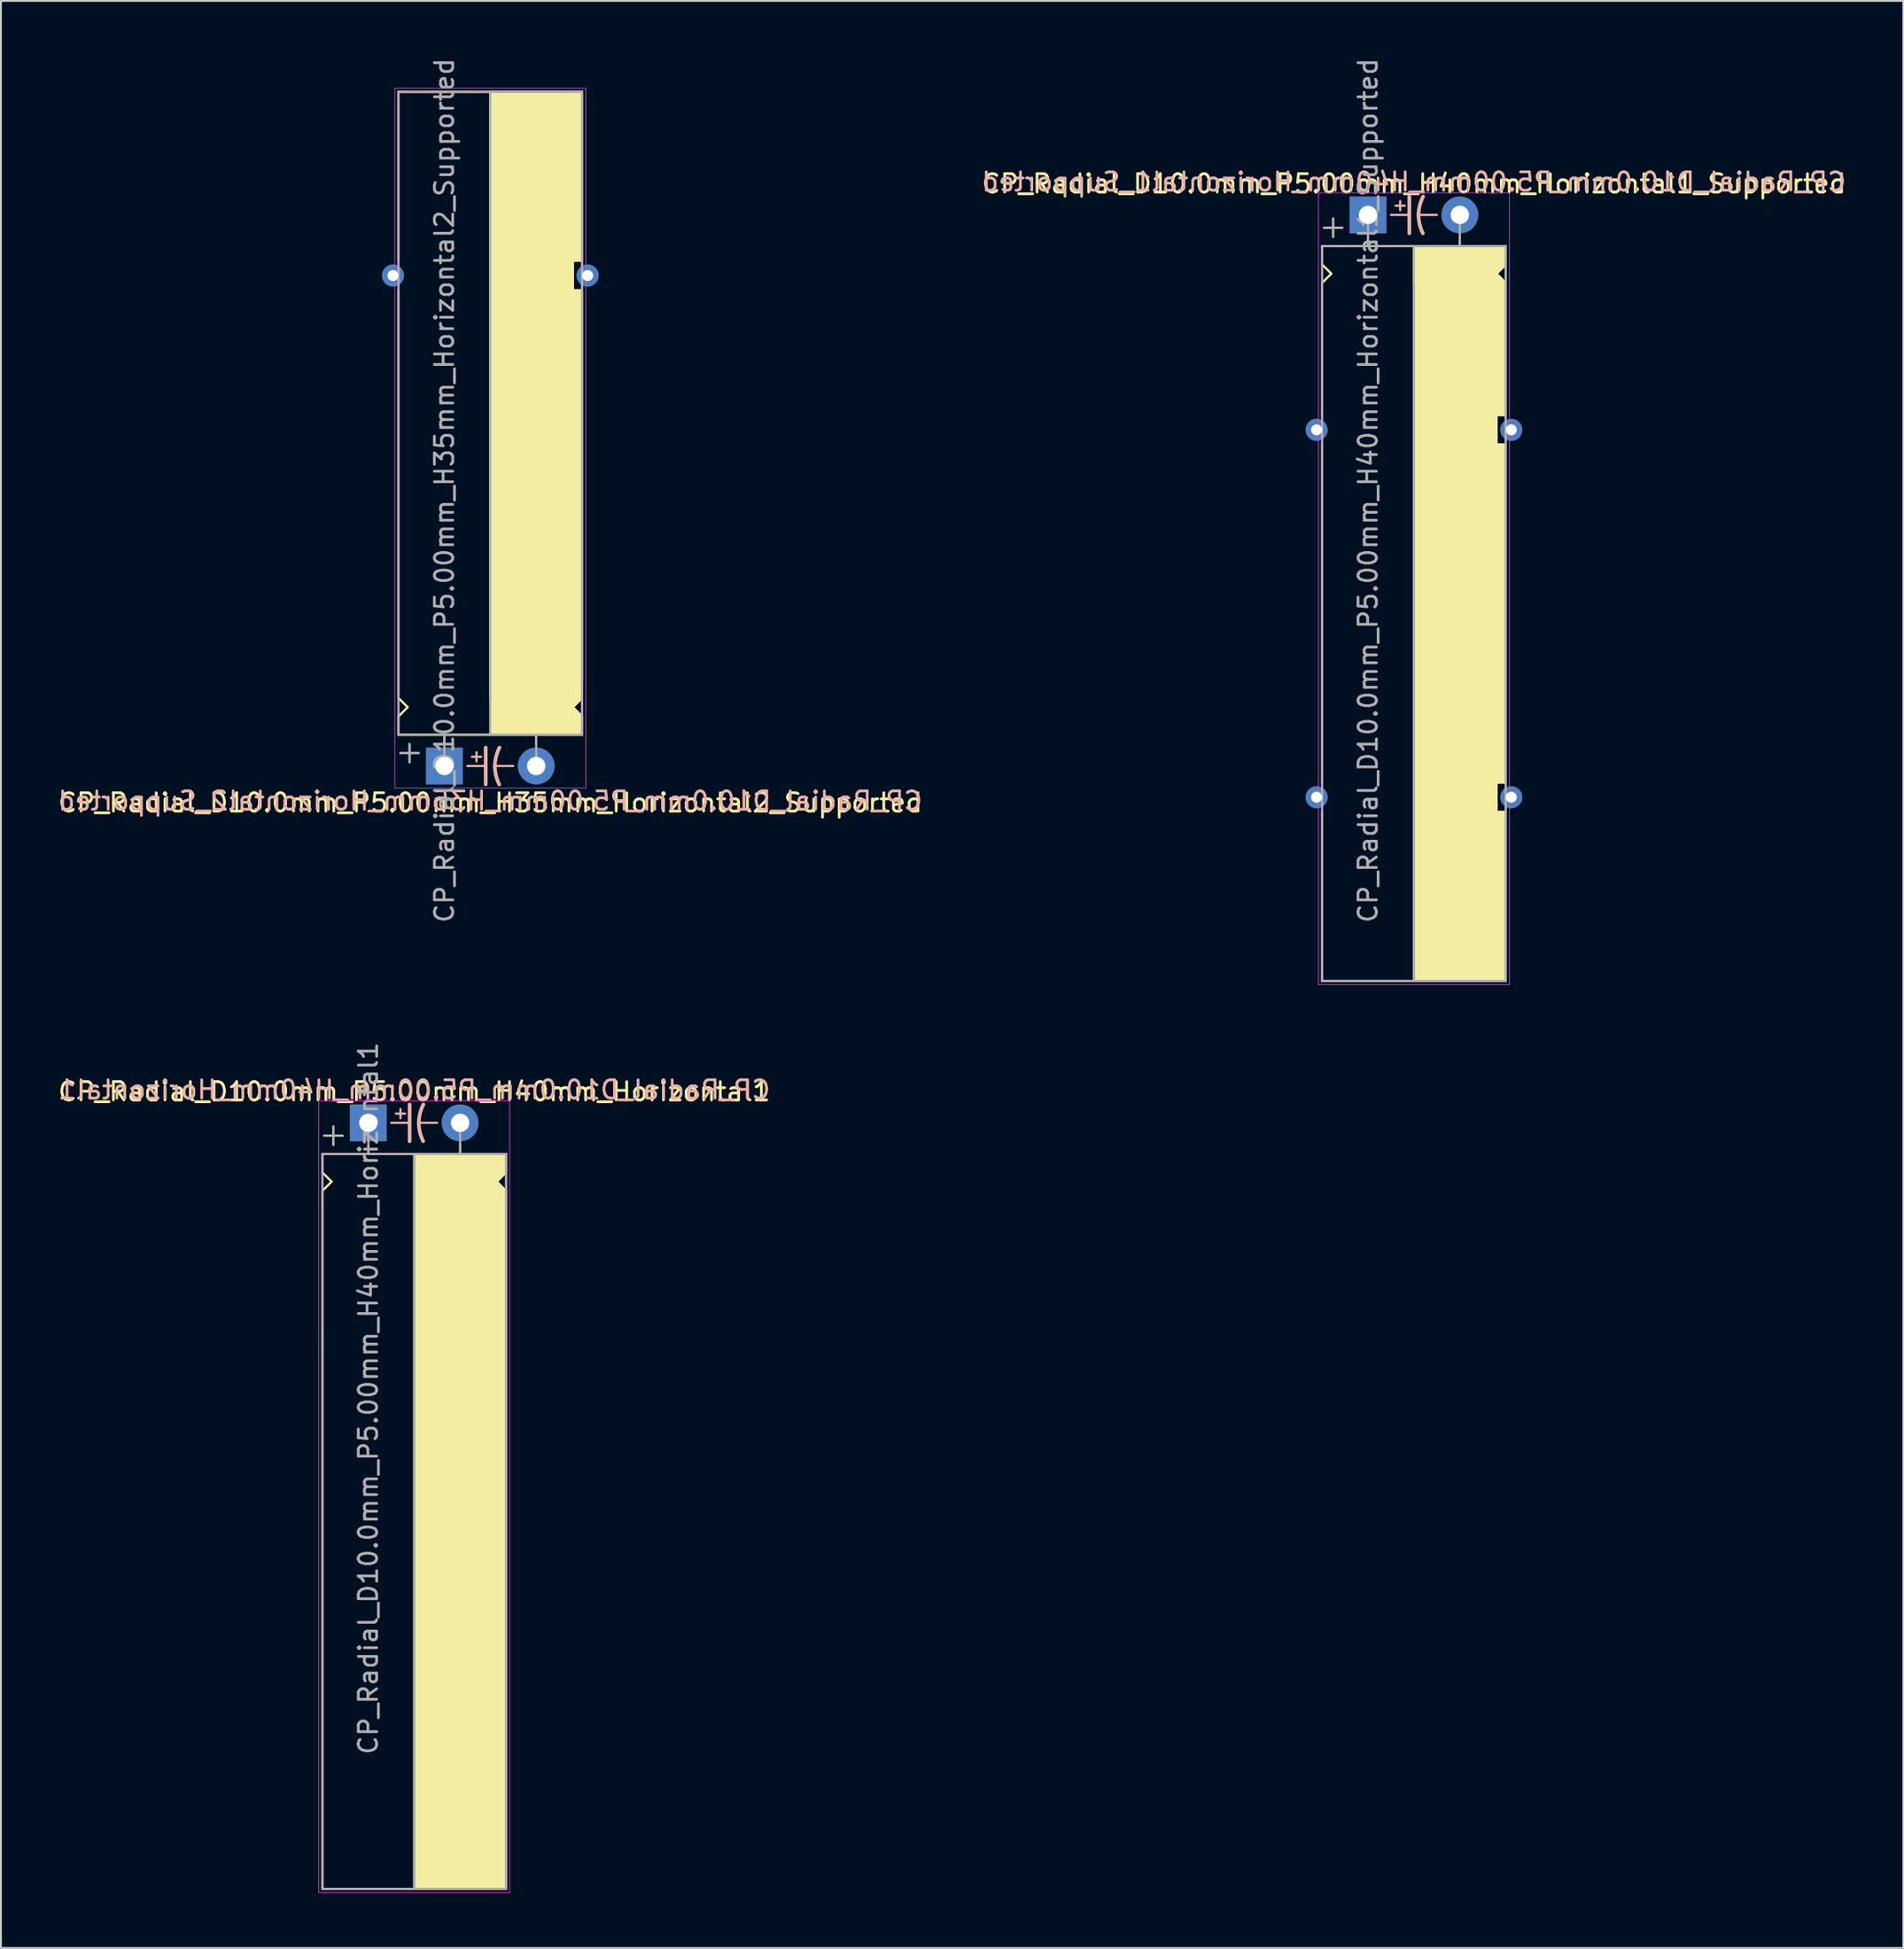
<source format=kicad_pcb>
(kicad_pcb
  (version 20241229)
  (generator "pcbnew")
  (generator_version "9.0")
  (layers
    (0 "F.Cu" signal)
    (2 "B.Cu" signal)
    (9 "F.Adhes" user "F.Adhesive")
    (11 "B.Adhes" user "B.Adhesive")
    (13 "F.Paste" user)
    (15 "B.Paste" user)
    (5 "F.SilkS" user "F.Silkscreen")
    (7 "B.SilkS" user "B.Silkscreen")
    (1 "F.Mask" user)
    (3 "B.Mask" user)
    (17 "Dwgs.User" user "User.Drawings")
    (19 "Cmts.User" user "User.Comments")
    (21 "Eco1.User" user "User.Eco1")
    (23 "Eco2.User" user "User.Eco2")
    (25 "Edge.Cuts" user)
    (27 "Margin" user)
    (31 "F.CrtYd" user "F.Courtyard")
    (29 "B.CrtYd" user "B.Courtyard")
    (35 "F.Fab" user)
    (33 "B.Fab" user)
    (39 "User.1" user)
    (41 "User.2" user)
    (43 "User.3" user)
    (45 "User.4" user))
  (footprint "CP_Radial_D10.0mm_P5.00mm_H40mm_Horizontal1"
    (layer "F.Cu")
    (at 17.006 58.075)
    (property "Reference" "CP_Radial_D10.0mm_P5.00mm_H40mm_Horizontal1" (at 2.5 -1.7 0) (layer "F.SilkS") (effects (font (size 1 1) (thickness 0.15))))
    (fp_line (start -2.5 1.7) (end -2.5 2.7) (stroke (width 0.12) (type solid)) (layer "F.SilkS"))
    (fp_line (start -2.5 2.7) (end -2 3.2) (stroke (width 0.12) (type solid)) (layer "F.SilkS"))
    (fp_line (start -2.5 3.7) (end -2.5 11.7) (stroke (width 0.12) (type solid)) (layer "F.SilkS"))
    (fp_line (start -2.5 11.7) (end -2.5 41.7) (stroke (width 0.12) (type solid)) (layer "F.SilkS"))
    (fp_line (start -2.5 41.7) (end 7.5 41.7) (stroke (width 0.12) (type solid)) (layer "F.SilkS"))
    (fp_line (start -2 3.2) (end -2.5 3.7) (stroke (width 0.12) (type solid)) (layer "F.SilkS"))
    (fp_line (start -1.9 0.2) (end -1.9 1.2) (stroke (width 0.12) (type solid)) (layer "F.SilkS"))
    (fp_line (start -1.4 0.7) (end -2.4 0.7) (stroke (width 0.12) (type solid)) (layer "F.SilkS"))
    (fp_line (start 0 1.7) (end 0 1.2) (stroke (width 0.12) (type solid)) (layer "F.SilkS"))
    (fp_line (start 2.5 1.7) (end -2.5 1.7) (stroke (width 0.12) (type solid)) (layer "F.SilkS"))
    (fp_line (start 2.5 41.7) (end 2.5 1.7) (stroke (width 0.12) (type solid)) (layer "F.SilkS"))
    (fp_line (start 5 1.7) (end 5 1.2) (stroke (width 0.12) (type solid)) (layer "F.SilkS"))
    (fp_line (start 7 3.2) (end 7.5 3.7) (stroke (width 0.12) (type solid)) (layer "F.SilkS"))
    (fp_line (start 7.5 1.7) (end 2.5 1.7) (stroke (width 0.12) (type solid)) (layer "F.SilkS"))
    (fp_line (start 7.5 1.7) (end 7.5 2.7) (stroke (width 0.12) (type solid)) (layer "F.SilkS"))
    (fp_line (start 7.5 2.7) (end 7 3.2) (stroke (width 0.12) (type solid)) (layer "F.SilkS"))
    (fp_line (start 7.5 3.7) (end 7.5 11.7) (stroke (width 0.12) (type solid)) (layer "F.SilkS"))
    (fp_line (start 7.5 11.7) (end 7.5 41.7) (stroke (width 0.12) (type solid)) (layer "F.SilkS"))
    (fp_poly (pts (xy 7.5 2.7) (xy 7 3.2) (xy 7.5 3.7) (xy 7.5 41.7) (xy 2.5 41.7) (xy 2.5 1.7) (xy 7.5 1.7)) (stroke (width 0.1) (type solid)) (fill yes) (layer "F.SilkS"))
    (fp_line (start 1.25 0) (end 2.25 0) (stroke (width 0.12) (type solid)) (layer "B.SilkS"))
    (fp_line (start 1.5 -0.5) (end 2 -0.5) (stroke (width 0.12) (type solid)) (layer "B.SilkS"))
    (fp_line (start 1.75 -0.75) (end 1.75 -0.25) (stroke (width 0.12) (type solid)) (layer "B.SilkS"))
    (fp_line (start 2.25 1) (end 2.25 -1) (stroke (width 0.2) (type solid)) (layer "B.SilkS"))
    (fp_line (start 3.75 0) (end 2.75 0) (stroke (width 0.12) (type solid)) (layer "B.SilkS"))
    (fp_arc (start 2.75 0) (mid 2.816707 -0.514573) (end 3 -1) (stroke (width 0.2) (type solid)) (layer "B.SilkS"))
    (fp_arc (start 2.987539 1) (mid 2.810248 0.513901) (end 2.75 0) (stroke (width 0.2) (type solid)) (layer "B.SilkS"))
    (fp_line (start -2.7 -1.2) (end 5.3 -1.2) (stroke (width 0.04) (type solid)) (layer "F.CrtYd"))
    (fp_line (start -2.7 41.9) (end -2.7 -1.2) (stroke (width 0.04) (type solid)) (layer "F.CrtYd"))
    (fp_line (start 5.3 -1.2) (end 7.7 -1.2) (stroke (width 0.04) (type solid)) (layer "F.CrtYd"))
    (fp_line (start 7.7 -1.2) (end 7.7 41.9) (stroke (width 0.04) (type solid)) (layer "F.CrtYd"))
    (fp_line (start 7.7 41.9) (end -2.7 41.9) (stroke (width 0.04) (type solid)) (layer "F.CrtYd"))
    (fp_line (start -2.5 1.7) (end -2.5 41.7) (stroke (width 0.12) (type solid)) (layer "F.Fab"))
    (fp_line (start -2.5 41.7) (end 7.5 41.7) (stroke (width 0.12) (type solid)) (layer "F.Fab"))
    (fp_line (start -2.4 0.7) (end -1.4 0.7) (stroke (width 0.1) (type solid)) (layer "F.Fab"))
    (fp_line (start -1.9 1.2) (end -1.9 0.2) (stroke (width 0.1) (type solid)) (layer "F.Fab"))
    (fp_line (start 0 1.7) (end 0 0) (stroke (width 0.12) (type solid)) (layer "F.Fab"))
    (fp_line (start 2.5 1.7) (end 2.5 41.7) (stroke (width 0.12) (type solid)) (layer "F.Fab"))
    (fp_line (start 5 1.7) (end 5 0) (stroke (width 0.12) (type solid)) (layer "F.Fab"))
    (fp_line (start 7.5 1.7) (end -2.5 1.7) (stroke (width 0.12) (type solid)) (layer "F.Fab"))
    (fp_line (start 7.5 41.7) (end 7.5 1.7) (stroke (width 0.12) (type solid)) (layer "F.Fab"))
    (fp_poly (pts (xy 7.5 41.7) (xy 2.5 41.7) (xy 2.5 1.7) (xy 7.5 1.7)) (stroke (width 0.1) (type solid)) (fill no) (layer "F.Fab"))
    (fp_text user "${REFERENCE}" (at 2.5 -1.8 0) (layer "B.SilkS") (effects (font (size 1 1) (thickness 0.15)) (justify mirror)))
    (fp_text user "${REFERENCE}" (at 0 15 90) (layer "F.Fab") (effects (font (size 1 1) (thickness 0.15))))
    (pad "1" thru_hole rect (at 0 0) (size 2 2) (drill 1) (layers "*.Cu" "*.Mask"))
    (pad "2" thru_hole circle (at 5 0) (size 2 2) (drill 1) (layers "*.Cu" "*.Mask")))
  (footprint "CP_Radial_D10.0mm_P5.00mm_H40mm_Horizontal1_Supported"
    (layer "F.Cu")
    (at 71.446 8.649)
    (property "Reference" "CP_Radial_D10.0mm_P5.00mm_H40mm_Horizontal1_Supported" (at 2.5 -1.7 0) (layer "F.SilkS") (effects (font (size 1 1) (thickness 0.15))))
    (fp_line (start -2.5 1.7) (end -2.5 2.7) (stroke (width 0.12) (type solid)) (layer "F.SilkS"))
    (fp_line (start -2.5 2.7) (end -2 3.2) (stroke (width 0.12) (type solid)) (layer "F.SilkS"))
    (fp_line (start -2.5 3.8) (end -2.5 10.9) (stroke (width 0.12) (type solid)) (layer "F.SilkS"))
    (fp_line (start -2.5 12.5) (end -2.5 30.9) (stroke (width 0.12) (type solid)) (layer "F.SilkS"))
    (fp_line (start -2.5 32.5) (end -2.5 41.7) (stroke (width 0.12) (type solid)) (layer "F.SilkS"))
    (fp_line (start -2.5 41.7) (end 7.5 41.7) (stroke (width 0.12) (type solid)) (layer "F.SilkS"))
    (fp_line (start -2 3.2) (end -2.5 3.7) (stroke (width 0.12) (type solid)) (layer "F.SilkS"))
    (fp_line (start -1.9 0.2) (end -1.9 1.2) (stroke (width 0.12) (type solid)) (layer "F.SilkS"))
    (fp_line (start -1.4 0.7) (end -2.4 0.7) (stroke (width 0.12) (type solid)) (layer "F.SilkS"))
    (fp_line (start 0 1.7) (end 0 1.2) (stroke (width 0.12) (type solid)) (layer "F.SilkS"))
    (fp_line (start 2.5 1.7) (end -2.5 1.7) (stroke (width 0.12) (type solid)) (layer "F.SilkS"))
    (fp_line (start 2.5 41.7) (end 2.5 1.7) (stroke (width 0.12) (type solid)) (layer "F.SilkS"))
    (fp_line (start 5 1.7) (end 5 1.2) (stroke (width 0.12) (type solid)) (layer "F.SilkS"))
    (fp_line (start 7 3.2) (end 7.5 3.7) (stroke (width 0.12) (type solid)) (layer "F.SilkS"))
    (fp_line (start 7 10.9) (end 7 12.5) (stroke (width 0.12) (type solid)) (layer "F.SilkS"))
    (fp_line (start 7 12.5) (end 7.5 12.5) (stroke (width 0.12) (type solid)) (layer "F.SilkS"))
    (fp_line (start 7 30.9) (end 7 32.5) (stroke (width 0.12) (type solid)) (layer "F.SilkS"))
    (fp_line (start 7 32.5) (end 7.5 32.5) (stroke (width 0.12) (type solid)) (layer "F.SilkS"))
    (fp_line (start 7.5 1.7) (end 2.5 1.7) (stroke (width 0.12) (type solid)) (layer "F.SilkS"))
    (fp_line (start 7.5 1.7) (end 7.5 2.7) (stroke (width 0.12) (type solid)) (layer "F.SilkS"))
    (fp_line (start 7.5 2.7) (end 7 3.2) (stroke (width 0.12) (type solid)) (layer "F.SilkS"))
    (fp_line (start 7.5 3.7) (end 7.5 10.9) (stroke (width 0.12) (type solid)) (layer "F.SilkS"))
    (fp_line (start 7.5 10.9) (end 7 10.9) (stroke (width 0.12) (type solid)) (layer "F.SilkS"))
    (fp_line (start 7.5 12.5) (end 7.5 30.9) (stroke (width 0.12) (type solid)) (layer "F.SilkS"))
    (fp_line (start 7.5 30.9) (end 7 30.9) (stroke (width 0.12) (type solid)) (layer "F.SilkS"))
    (fp_line (start 7.5 32.5) (end 7.5 41.7) (stroke (width 0.12) (type solid)) (layer "F.SilkS"))
    (fp_poly (pts (xy 7.5 2.7) (xy 7 3.2) (xy 7.5 3.7) (xy 7.5 10.9) (xy 7 10.9) (xy 7 12.5) (xy 7.5 12.5) (xy 7.5 30.9) (xy 7 30.9) (xy 7 32.5) (xy 7.5 32.5) (xy 7.5 41.7) (xy 2.5 41.7) (xy 2.5 1.7) (xy 7.5 1.7)) (stroke (width 0.1) (type solid)) (fill yes) (layer "F.SilkS"))
    (fp_line (start 1.25 0) (end 2.25 0) (stroke (width 0.12) (type solid)) (layer "B.SilkS"))
    (fp_line (start 1.5 -0.5) (end 2 -0.5) (stroke (width 0.12) (type solid)) (layer "B.SilkS"))
    (fp_line (start 1.75 -0.75) (end 1.75 -0.25) (stroke (width 0.12) (type solid)) (layer "B.SilkS"))
    (fp_line (start 2.25 1) (end 2.25 -1) (stroke (width 0.2) (type solid)) (layer "B.SilkS"))
    (fp_line (start 3.75 0) (end 2.75 0) (stroke (width 0.12) (type solid)) (layer "B.SilkS"))
    (fp_arc (start 2.75 0) (mid 2.816707 -0.514573) (end 3 -1) (stroke (width 0.2) (type solid)) (layer "B.SilkS"))
    (fp_arc (start 2.987539 1) (mid 2.810248 0.513901) (end 2.75 0) (stroke (width 0.2) (type solid)) (layer "B.SilkS"))
    (fp_line (start -2.7 -1.2) (end 5.3 -1.2) (stroke (width 0.04) (type solid)) (layer "F.CrtYd"))
    (fp_line (start -2.7 41.9) (end -2.7 -1.2) (stroke (width 0.04) (type solid)) (layer "F.CrtYd"))
    (fp_line (start 5.3 -1.2) (end 7.7 -1.2) (stroke (width 0.04) (type solid)) (layer "F.CrtYd"))
    (fp_line (start 7.7 -1.2) (end 7.7 41.9) (stroke (width 0.04) (type solid)) (layer "F.CrtYd"))
    (fp_line (start 7.7 41.9) (end -2.7 41.9) (stroke (width 0.04) (type solid)) (layer "F.CrtYd"))
    (fp_line (start -2.5 1.7) (end -2.5 41.7) (stroke (width 0.12) (type solid)) (layer "F.Fab"))
    (fp_line (start -2.5 41.7) (end 7.5 41.7) (stroke (width 0.12) (type solid)) (layer "F.Fab"))
    (fp_line (start -2.4 0.7) (end -1.4 0.7) (stroke (width 0.1) (type solid)) (layer "F.Fab"))
    (fp_line (start -1.9 1.2) (end -1.9 0.2) (stroke (width 0.1) (type solid)) (layer "F.Fab"))
    (fp_line (start 0 1.7) (end 0 0) (stroke (width 0.12) (type solid)) (layer "F.Fab"))
    (fp_line (start 2.5 3.7) (end 2.5 41.7) (stroke (width 0.12) (type solid)) (layer "F.Fab"))
    (fp_line (start 5 1.7) (end 5 0) (stroke (width 0.12) (type solid)) (layer "F.Fab"))
    (fp_line (start 7.5 1.7) (end -2.5 1.7) (stroke (width 0.12) (type solid)) (layer "F.Fab"))
    (fp_line (start 7.5 41.7) (end 7.5 1.7) (stroke (width 0.12) (type solid)) (layer "F.Fab"))
    (fp_poly (pts (xy 7.5 41.7) (xy 2.5 41.7) (xy 2.5 1.7) (xy 7.5 1.7)) (stroke (width 0.1) (type solid)) (fill no) (layer "F.Fab"))
    (fp_text user "${REFERENCE}" (at 2.5 -1.8 0) (layer "B.SilkS") (effects (font (size 1 1) (thickness 0.15)) (justify mirror)))
    (fp_text user "${REFERENCE}" (at 0 15 90) (layer "F.Fab") (effects (font (size 1 1) (thickness 0.15))))
    (pad "1" thru_hole rect (at 0 0) (size 2 2) (drill 1) (layers "*.Cu" "*.Mask"))
    (pad "2" thru_hole circle (at 5 0) (size 2 2) (drill 1) (layers "*.Cu" "*.Mask"))
    (pad "~" thru_hole circle (at -2.8 11.7 180) (size 1.2 1.2) (drill 0.6) (layers "*.Cu" "*.Mask"))
    (pad "~" thru_hole circle (at -2.8 31.7) (size 1.2 1.2) (drill 0.6) (layers "*.Cu" "*.Mask"))
    (pad "~" thru_hole circle (at 7.8 11.7) (size 1.2 1.2) (drill 0.6) (layers "*.Cu" "*.Mask"))
    (pad "~" thru_hole circle (at 7.8 31.7) (size 1.2 1.2) (drill 0.6) (layers "*.Cu" "*.Mask")))
  (footprint "CP_Radial_D10.0mm_P5.00mm_H35mm_Horizontal2_Supported"
    (layer "F.Cu")
    (at 21.149 38.649)
    (property "Reference" "CP_Radial_D10.0mm_P5.00mm_H35mm_Horizontal2_Supported" (at 2.5 2 0) (layer "F.SilkS") (effects (font (size 1 1) (thickness 0.15))))
    (fp_line (start -2.5 -36.7) (end 7.5 -36.7) (stroke (width 0.12) (type solid)) (layer "F.SilkS"))
    (fp_line (start -2.5 -27.5) (end -2.5 -36.7) (stroke (width 0.12) (type solid)) (layer "F.SilkS"))
    (fp_line (start -2.5 -3.8) (end -2.5 -25.9) (stroke (width 0.12) (type solid)) (layer "F.SilkS"))
    (fp_line (start -2.5 -2.7) (end -2 -3.2) (stroke (width 0.12) (type solid)) (layer "F.SilkS"))
    (fp_line (start -2.5 -1.7) (end -2.5 -2.7) (stroke (width 0.12) (type solid)) (layer "F.SilkS"))
    (fp_line (start -2 -3.2) (end -2.5 -3.7) (stroke (width 0.12) (type solid)) (layer "F.SilkS"))
    (fp_line (start -1.9 -1.2) (end -1.9 -0.2) (stroke (width 0.12) (type solid)) (layer "F.SilkS"))
    (fp_line (start -1.4 -0.7) (end -2.4 -0.7) (stroke (width 0.12) (type solid)) (layer "F.SilkS"))
    (fp_line (start 0 -1.7) (end 0 -1.2) (stroke (width 0.12) (type solid)) (layer "F.SilkS"))
    (fp_line (start 2.5 -36.7) (end 2.5 -3.7) (stroke (width 0.12) (type solid)) (layer "F.SilkS"))
    (fp_line (start 2.5 -1.7) (end -2.5 -1.7) (stroke (width 0.12) (type solid)) (layer "F.SilkS"))
    (fp_line (start 5 -1.7) (end 5 -1.2) (stroke (width 0.12) (type solid)) (layer "F.SilkS"))
    (fp_line (start 7 -27.5) (end 7 -26.9) (stroke (width 0.12) (type solid)) (layer "F.SilkS"))
    (fp_line (start 7 -26.9) (end 7 -25.9) (stroke (width 0.12) (type solid)) (layer "F.SilkS"))
    (fp_line (start 7 -25.9) (end 7.5 -25.9) (stroke (width 0.12) (type solid)) (layer "F.SilkS"))
    (fp_line (start 7 -3.2) (end 7.5 -3.7) (stroke (width 0.12) (type solid)) (layer "F.SilkS"))
    (fp_line (start 7.5 -27.5) (end 7 -27.5) (stroke (width 0.12) (type solid)) (layer "F.SilkS"))
    (fp_line (start 7.5 -27.5) (end 7.5 -36.7) (stroke (width 0.12) (type solid)) (layer "F.SilkS"))
    (fp_line (start 7.5 -4.7) (end 7.5 -25.9) (stroke (width 0.12) (type solid)) (layer "F.SilkS"))
    (fp_line (start 7.5 -2.7) (end 7 -3.2) (stroke (width 0.12) (type solid)) (layer "F.SilkS"))
    (fp_line (start 7.5 -1.7) (end 2.5 -1.7) (stroke (width 0.12) (type solid)) (layer "F.SilkS"))
    (fp_line (start 7.5 -1.7) (end 7.5 -2.7) (stroke (width 0.12) (type solid)) (layer "F.SilkS"))
    (fp_poly (pts (xy 7.5 -2.7) (xy 7 -3.2) (xy 7.5 -3.7) (xy 7.5 -25.9) (xy 7 -25.9) (xy 7 -27.5) (xy 7.5 -27.5) (xy 7.5 -36.7) (xy 2.5 -36.7) (xy 2.5 -1.7) (xy 7.5 -1.7)) (stroke (width 0.1) (type solid)) (fill yes) (layer "F.SilkS"))
    (fp_line (start 1.25 0) (end 2.25 0) (stroke (width 0.12) (type solid)) (layer "B.SilkS"))
    (fp_line (start 1.5 -0.5) (end 2 -0.5) (stroke (width 0.12) (type solid)) (layer "B.SilkS"))
    (fp_line (start 1.75 -0.75) (end 1.75 -0.25) (stroke (width 0.12) (type solid)) (layer "B.SilkS"))
    (fp_line (start 2.25 1) (end 2.25 -1) (stroke (width 0.2) (type solid)) (layer "B.SilkS"))
    (fp_line (start 3.75 0) (end 2.75 0) (stroke (width 0.12) (type solid)) (layer "B.SilkS"))
    (fp_arc (start 2.75 0) (mid 2.816707 -0.514573) (end 3 -1) (stroke (width 0.2) (type solid)) (layer "B.SilkS"))
    (fp_arc (start 2.987539 1) (mid 2.810248 0.513901) (end 2.75 0) (stroke (width 0.2) (type solid)) (layer "B.SilkS"))
    (fp_line (start -2.7 -36.9) (end -2.7 1.2) (stroke (width 0.04) (type solid)) (layer "F.CrtYd"))
    (fp_line (start -2.7 1.2) (end 5.3 1.2) (stroke (width 0.04) (type solid)) (layer "F.CrtYd"))
    (fp_line (start 5.3 1.2) (end 7.7 1.2) (stroke (width 0.04) (type solid)) (layer "F.CrtYd"))
    (fp_line (start 7.7 -36.9) (end -2.7 -36.9) (stroke (width 0.04) (type solid)) (layer "F.CrtYd"))
    (fp_line (start 7.7 1.2) (end 7.7 -36.9) (stroke (width 0.04) (type solid)) (layer "F.CrtYd"))
    (fp_line (start -2.5 -36.7) (end 7.5 -36.7) (stroke (width 0.12) (type solid)) (layer "F.Fab"))
    (fp_line (start -2.5 -1.7) (end -2.5 -36.7) (stroke (width 0.12) (type solid)) (layer "F.Fab"))
    (fp_line (start -2.4 -0.7) (end -1.4 -0.7) (stroke (width 0.1) (type solid)) (layer "F.Fab"))
    (fp_line (start -1.9 -0.2) (end -1.9 -1.2) (stroke (width 0.1) (type solid)) (layer "F.Fab"))
    (fp_line (start 0 -1.7) (end 0 0) (stroke (width 0.12) (type solid)) (layer "F.Fab"))
    (fp_line (start 2.5 -3.7) (end 2.5 -36.7) (stroke (width 0.12) (type solid)) (layer "F.Fab"))
    (fp_line (start 5 -1.7) (end 5 0) (stroke (width 0.12) (type solid)) (layer "F.Fab"))
    (fp_line (start 7.5 -36.7) (end 7.5 -1.7) (stroke (width 0.12) (type solid)) (layer "F.Fab"))
    (fp_line (start 7.5 -1.7) (end -2.5 -1.7) (stroke (width 0.12) (type solid)) (layer "F.Fab"))
    (fp_poly (pts (xy 7.5 -36.7) (xy 2.5 -36.7) (xy 2.5 -1.7) (xy 7.5 -1.7)) (stroke (width 0.1) (type solid)) (fill no) (layer "F.Fab"))
    (fp_text user "${REFERENCE}" (at 2.5 1.9 0) (layer "B.SilkS") (effects (font (size 1 1) (thickness 0.15)) (justify mirror)))
    (fp_text user "${REFERENCE}" (at 0 -15 90) (layer "F.Fab") (effects (font (size 1 1) (thickness 0.15))))
    (pad "1" thru_hole rect (at 0 0) (size 2 2) (drill 1) (layers "*.Cu" "*.Mask"))
    (pad "2" thru_hole circle (at 5 0) (size 2 2) (drill 1) (layers "*.Cu" "*.Mask"))
    (pad "~" thru_hole circle (at -2.8 -26.7 180) (size 1.2 1.2) (drill 0.6) (layers "*.Cu" "*.Mask"))
    (pad "~" thru_hole circle (at 7.8 -26.7 180) (size 1.2 1.2) (drill 0.6) (layers "*.Cu" "*.Mask")))
  (gr_rect
    (start -3 -3)
    (end 100.595 102.995)
    (stroke (width 0.1) (type default))
    (fill no)
    (layer "Edge.Cuts")))
</source>
